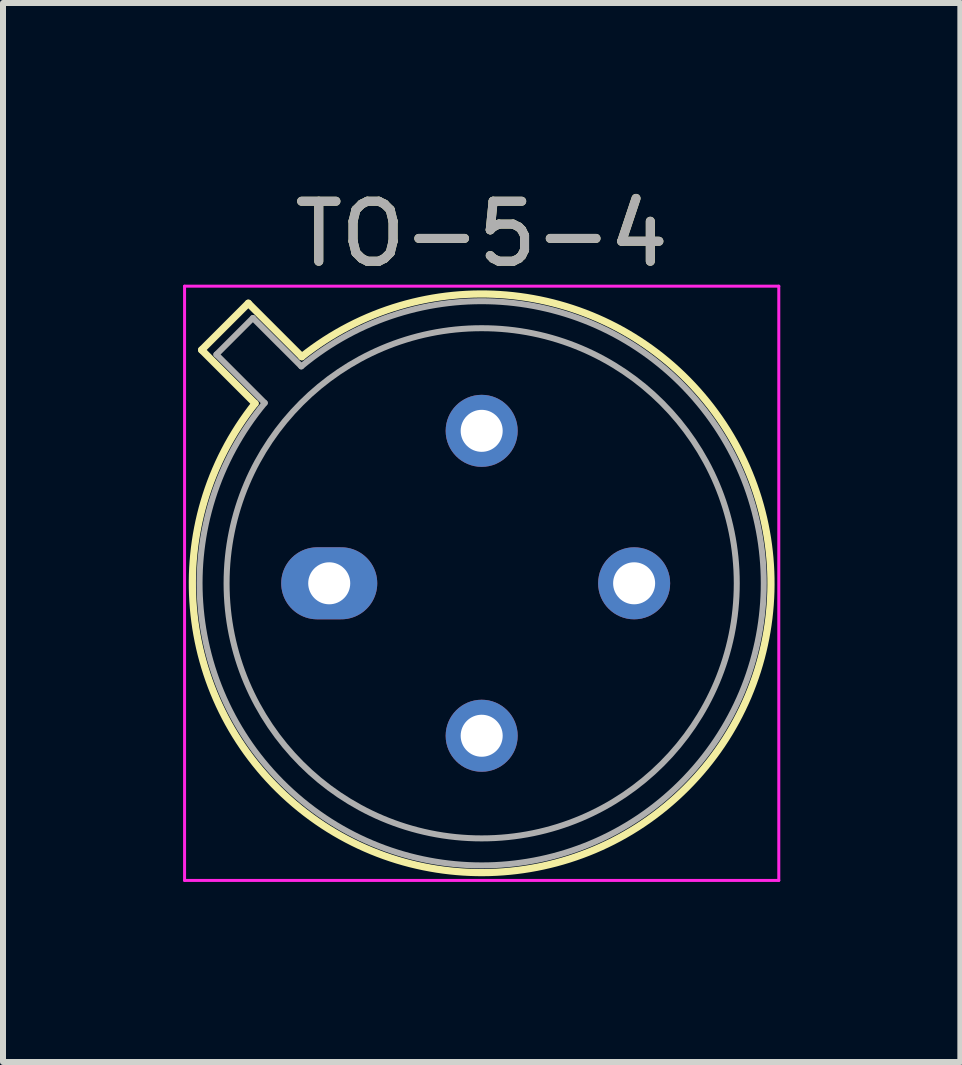
<source format=kicad_pcb>
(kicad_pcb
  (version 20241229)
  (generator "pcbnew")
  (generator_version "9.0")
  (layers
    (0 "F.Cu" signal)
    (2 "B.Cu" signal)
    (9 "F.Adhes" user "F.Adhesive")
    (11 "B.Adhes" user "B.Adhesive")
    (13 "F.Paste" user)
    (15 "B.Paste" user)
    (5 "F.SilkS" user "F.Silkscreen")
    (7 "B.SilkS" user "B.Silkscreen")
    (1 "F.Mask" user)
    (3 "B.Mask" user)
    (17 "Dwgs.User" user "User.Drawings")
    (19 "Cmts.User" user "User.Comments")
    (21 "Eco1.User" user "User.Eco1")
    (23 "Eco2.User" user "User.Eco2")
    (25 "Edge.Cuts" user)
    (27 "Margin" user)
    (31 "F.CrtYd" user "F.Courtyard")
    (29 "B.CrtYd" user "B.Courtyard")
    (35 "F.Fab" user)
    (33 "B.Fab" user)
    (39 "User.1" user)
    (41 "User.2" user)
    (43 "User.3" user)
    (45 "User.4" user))
  (footprint "TO-5-4"
    (layer "F.Cu")
    (at 2.435 6.668)
    (property "Reference" "TO-5-4" (at 2.54 -5.82 0) (layer "F.SilkS") (effects (font (size 1 1) (thickness 0.15))))
    (attr through_hole)
    (fp_line (start -2.126 -3.888) (end -1.235 -2.997) (stroke (width 0.12) (type solid)) (layer "F.SilkS"))
    (fp_line (start -1.348 -4.666) (end -2.126 -3.888) (stroke (width 0.12) (type solid)) (layer "F.SilkS"))
    (fp_line (start -0.457 -3.775) (end -1.348 -4.666) (stroke (width 0.12) (type solid)) (layer "F.SilkS"))
    (fp_arc (start -0.457084 -3.774902) (mid 5.948125 3.408384) (end -1.234674 -2.997371) (stroke (width 0.12) (type solid)) (layer "F.SilkS"))
    (fp_line (start -2.41 -4.95) (end -2.41 4.95) (stroke (width 0.05) (type solid)) (layer "F.CrtYd"))
    (fp_line (start -2.41 4.95) (end 7.49 4.95) (stroke (width 0.05) (type solid)) (layer "F.CrtYd"))
    (fp_line (start 7.49 -4.95) (end -2.41 -4.95) (stroke (width 0.05) (type solid)) (layer "F.CrtYd"))
    (fp_line (start 7.49 4.95) (end 7.49 -4.95) (stroke (width 0.05) (type solid)) (layer "F.CrtYd"))
    (fp_line (start -1.88 -3.812) (end -1.074 -3.005) (stroke (width 0.1) (type solid)) (layer "F.Fab"))
    (fp_line (start -1.272 -4.42) (end -1.88 -3.812) (stroke (width 0.1) (type solid)) (layer "F.Fab"))
    (fp_line (start -0.465 -3.614) (end -1.272 -4.42) (stroke (width 0.1) (type solid)) (layer "F.Fab"))
    (fp_arc (start -0.465408 -3.61352) (mid 5.863443 3.323361) (end -1.073594 -3.005319) (stroke (width 0.1) (type solid)) (layer "F.Fab"))
    (fp_circle (center 2.54 0) (end 6.79 0) (stroke (width 0.1) (type solid)) (fill no) (layer "F.Fab"))
    (fp_text user "${REFERENCE}" (at 2.54 -5.82 0) (layer "F.Fab") (effects (font (size 1 1) (thickness 0.15))))
    (pad "1" thru_hole oval (at 0 0) (size 1.6 1.2) (drill 0.7) (layers "*.Cu" "*.Mask"))
    (pad "2" thru_hole oval (at 2.54 2.54) (size 1.2 1.2) (drill 0.7) (layers "*.Cu" "*.Mask"))
    (pad "3" thru_hole oval (at 5.08 0) (size 1.2 1.2) (drill 0.7) (layers "*.Cu" "*.Mask"))
    (pad "4" thru_hole oval (at 2.54 -2.54) (size 1.2 1.2) (drill 0.7) (layers "*.Cu" "*.Mask")))
  (gr_rect
    (start -3 -3)
    (end 12.95 14.643)
    (stroke (width 0.1) (type default))
    (fill no)
    (layer "Edge.Cuts")))
</source>
